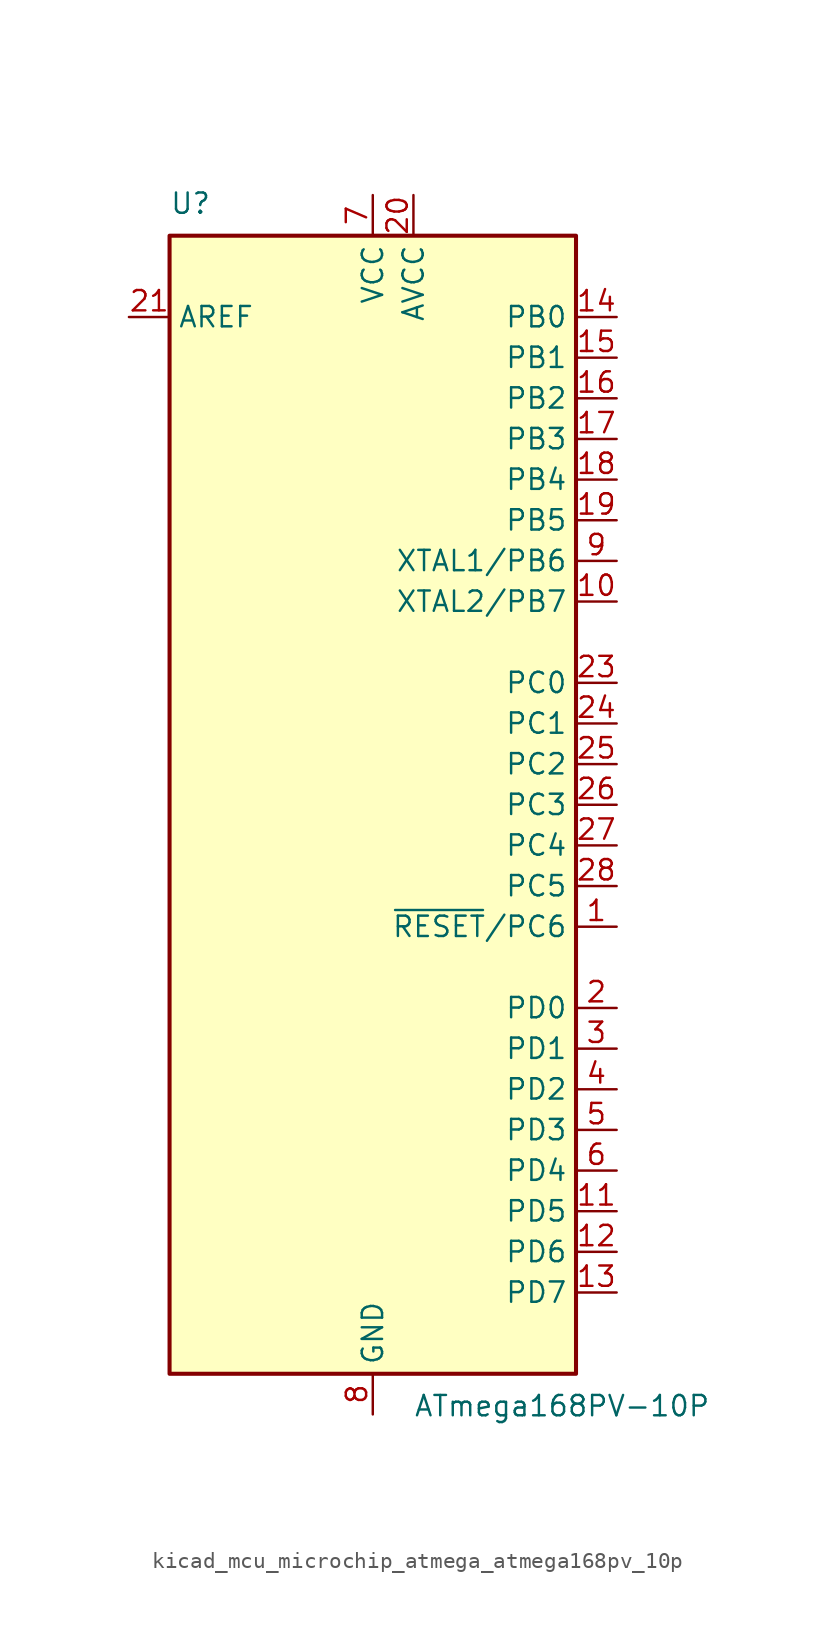
<source format=kicad_sym>
(kicad_symbol_lib
  (version 20220914)
  (generator kicad_symbol_editor)
  (symbol "kicad_mcu_microchip_atmega_atmega168pv_10p"
    (property "Reference" "U"
      (at -12.7 36.83 0)
      (effects (font (size 1.27 1.27)) (justify left bottom)))
    (property "Value" "ATmega168PV-10P"
      (at 2.54 -36.83 0)
      (effects (font (size 1.27 1.27)) (justify left top)))
    (symbol "kicad_mcu_microchip_atmega_atmega168pv_10p_0_1"
      (rectangle (start -12.7 -35.56) (end 12.7 35.56) (stroke (width 0.254) (type default)) (fill (type background))))
    (symbol "kicad_mcu_microchip_atmega_atmega168pv_10p_1_1"
      (pin bidirectional line (at 15.24 -7.62 180) (length 2.54) (name "~{RESET}/PC6" (effects (font (size 1.27 1.27)))) (number "1" (effects (font (size 1.27 1.27)))))
      (pin bidirectional line (at 15.24 12.7 180) (length 2.54) (name "XTAL2/PB7" (effects (font (size 1.27 1.27)))) (number "10" (effects (font (size 1.27 1.27)))))
      (pin bidirectional line (at 15.24 -25.4 180) (length 2.54) (name "PD5" (effects (font (size 1.27 1.27)))) (number "11" (effects (font (size 1.27 1.27)))))
      (pin bidirectional line (at 15.24 -27.94 180) (length 2.54) (name "PD6" (effects (font (size 1.27 1.27)))) (number "12" (effects (font (size 1.27 1.27)))))
      (pin bidirectional line (at 15.24 -30.48 180) (length 2.54) (name "PD7" (effects (font (size 1.27 1.27)))) (number "13" (effects (font (size 1.27 1.27)))))
      (pin bidirectional line (at 15.24 30.48 180) (length 2.54) (name "PB0" (effects (font (size 1.27 1.27)))) (number "14" (effects (font (size 1.27 1.27)))))
      (pin bidirectional line (at 15.24 27.94 180) (length 2.54) (name "PB1" (effects (font (size 1.27 1.27)))) (number "15" (effects (font (size 1.27 1.27)))))
      (pin bidirectional line (at 15.24 25.4 180) (length 2.54) (name "PB2" (effects (font (size 1.27 1.27)))) (number "16" (effects (font (size 1.27 1.27)))))
      (pin bidirectional line (at 15.24 22.86 180) (length 2.54) (name "PB3" (effects (font (size 1.27 1.27)))) (number "17" (effects (font (size 1.27 1.27)))))
      (pin bidirectional line (at 15.24 20.32 180) (length 2.54) (name "PB4" (effects (font (size 1.27 1.27)))) (number "18" (effects (font (size 1.27 1.27)))))
      (pin bidirectional line (at 15.24 17.78 180) (length 2.54) (name "PB5" (effects (font (size 1.27 1.27)))) (number "19" (effects (font (size 1.27 1.27)))))
      (pin bidirectional line (at 15.24 -12.7 180) (length 2.54) (name "PD0" (effects (font (size 1.27 1.27)))) (number "2" (effects (font (size 1.27 1.27)))))
      (pin power_in line (at 2.54 38.1 270) (length 2.54) (name "AVCC" (effects (font (size 1.27 1.27)))) (number "20" (effects (font (size 1.27 1.27)))))
      (pin passive line (at -15.24 30.48 0) (length 2.54) (name "AREF" (effects (font (size 1.27 1.27)))) (number "21" (effects (font (size 1.27 1.27)))))
      (pin passive line (at 0 -38.1 90) (length 2.54) hide (name "GND" (effects (font (size 1.27 1.27)))) (number "22" (effects (font (size 1.27 1.27)))))
      (pin bidirectional line (at 15.24 7.62 180) (length 2.54) (name "PC0" (effects (font (size 1.27 1.27)))) (number "23" (effects (font (size 1.27 1.27)))))
      (pin bidirectional line (at 15.24 5.08 180) (length 2.54) (name "PC1" (effects (font (size 1.27 1.27)))) (number "24" (effects (font (size 1.27 1.27)))))
      (pin bidirectional line (at 15.24 2.54 180) (length 2.54) (name "PC2" (effects (font (size 1.27 1.27)))) (number "25" (effects (font (size 1.27 1.27)))))
      (pin bidirectional line (at 15.24 0 180) (length 2.54) (name "PC3" (effects (font (size 1.27 1.27)))) (number "26" (effects (font (size 1.27 1.27)))))
      (pin bidirectional line (at 15.24 -2.54 180) (length 2.54) (name "PC4" (effects (font (size 1.27 1.27)))) (number "27" (effects (font (size 1.27 1.27)))))
      (pin bidirectional line (at 15.24 -5.08 180) (length 2.54) (name "PC5" (effects (font (size 1.27 1.27)))) (number "28" (effects (font (size 1.27 1.27)))))
      (pin bidirectional line (at 15.24 -15.24 180) (length 2.54) (name "PD1" (effects (font (size 1.27 1.27)))) (number "3" (effects (font (size 1.27 1.27)))))
      (pin bidirectional line (at 15.24 -17.78 180) (length 2.54) (name "PD2" (effects (font (size 1.27 1.27)))) (number "4" (effects (font (size 1.27 1.27)))))
      (pin bidirectional line (at 15.24 -20.32 180) (length 2.54) (name "PD3" (effects (font (size 1.27 1.27)))) (number "5" (effects (font (size 1.27 1.27)))))
      (pin bidirectional line (at 15.24 -22.86 180) (length 2.54) (name "PD4" (effects (font (size 1.27 1.27)))) (number "6" (effects (font (size 1.27 1.27)))))
      (pin power_in line (at 0 38.1 270) (length 2.54) (name "VCC" (effects (font (size 1.27 1.27)))) (number "7" (effects (font (size 1.27 1.27)))))
      (pin power_in line (at 0 -38.1 90) (length 2.54) (name "GND" (effects (font (size 1.27 1.27)))) (number "8" (effects (font (size 1.27 1.27)))))
      (pin bidirectional line (at 15.24 15.24 180) (length 2.54) (name "XTAL1/PB6" (effects (font (size 1.27 1.27)))) (number "9" (effects (font (size 1.27 1.27))))))))
</source>
